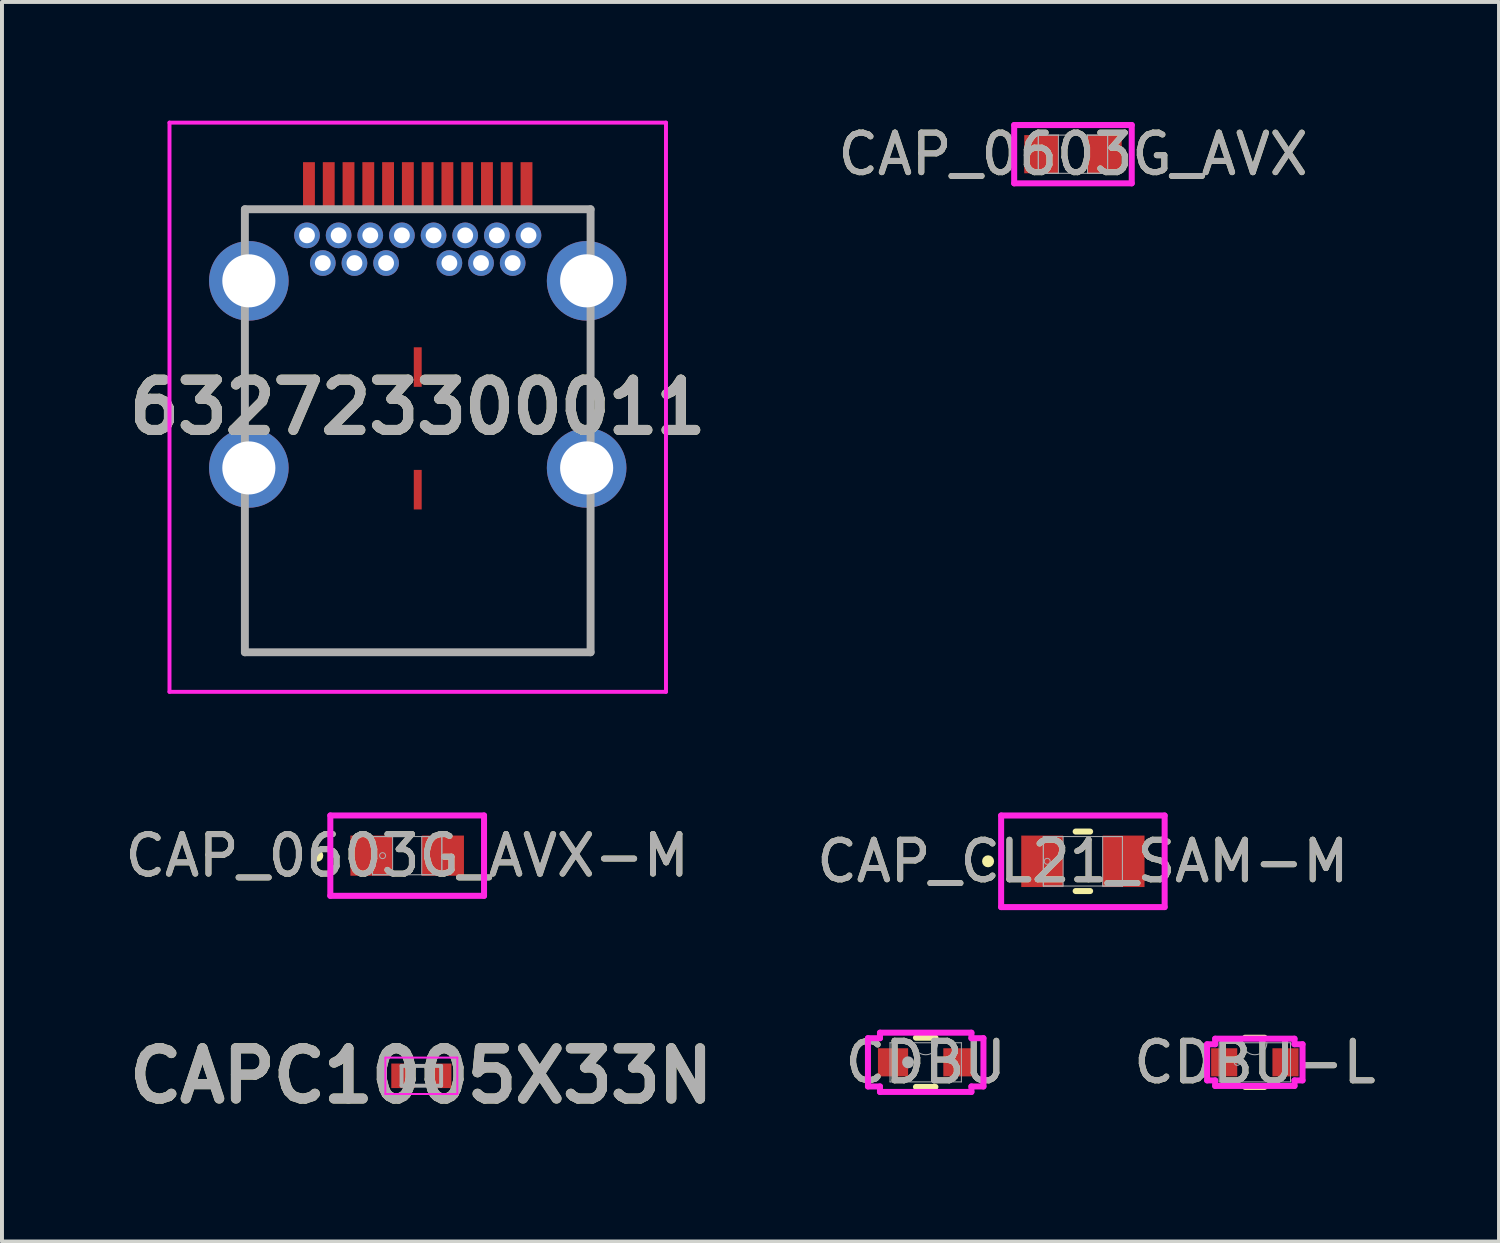
<source format=kicad_pcb>
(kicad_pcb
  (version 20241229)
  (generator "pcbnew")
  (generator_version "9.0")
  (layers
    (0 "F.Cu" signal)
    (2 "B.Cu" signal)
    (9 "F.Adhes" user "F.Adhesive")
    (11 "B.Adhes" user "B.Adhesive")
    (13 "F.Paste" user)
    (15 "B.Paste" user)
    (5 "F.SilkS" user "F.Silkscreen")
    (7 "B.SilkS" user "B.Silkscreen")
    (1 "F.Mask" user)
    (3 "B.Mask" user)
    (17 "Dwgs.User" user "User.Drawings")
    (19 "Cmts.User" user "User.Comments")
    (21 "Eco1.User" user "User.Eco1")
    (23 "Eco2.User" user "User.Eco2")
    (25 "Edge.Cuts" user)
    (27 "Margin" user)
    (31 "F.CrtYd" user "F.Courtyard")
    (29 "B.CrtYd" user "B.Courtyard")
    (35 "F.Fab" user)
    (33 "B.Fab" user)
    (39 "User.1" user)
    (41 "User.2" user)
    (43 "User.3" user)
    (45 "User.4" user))
  (footprint "632723300011"
    (layer "F.Cu")
    (at 7.511 7.545)
    (property "Reference" "632723300011" (at 0 -0.3 0) (layer "F.SilkS") (effects (font (size 1.27 1.27) (thickness 0.254))))
    (attr through_hole)
    (fp_line (start -4.37 -5.305) (end -3.5 -5.305) (stroke (width 0.1) (type solid)) (layer "F.SilkS"))
    (fp_line (start -4.37 -4.805) (end -4.37 -5.305) (stroke (width 0.1) (type solid)) (layer "F.SilkS"))
    (fp_line (start -4.37 -0.305) (end -4.37 -1.805) (stroke (width 0.1) (type solid)) (layer "F.SilkS"))
    (fp_line (start -4.37 2.695) (end -4.37 5.895) (stroke (width 0.1) (type solid)) (layer "F.SilkS"))
    (fp_line (start -4.37 5.895) (end 4.37 5.895) (stroke (width 0.1) (type solid)) (layer "F.SilkS"))
    (fp_line (start 4.37 -5.305) (end 3.5 -5.305) (stroke (width 0.1) (type solid)) (layer "F.SilkS"))
    (fp_line (start 4.37 -4.805) (end 4.37 -5.305) (stroke (width 0.1) (type solid)) (layer "F.SilkS"))
    (fp_line (start 4.37 -0.305) (end 4.37 -1.805) (stroke (width 0.1) (type solid)) (layer "F.SilkS"))
    (fp_line (start 4.37 5.895) (end 4.37 2.695) (stroke (width 0.1) (type solid)) (layer "F.SilkS"))
    (fp_line (start -6.276 -7.495) (end 6.276 -7.495) (stroke (width 0.1) (type solid)) (layer "F.CrtYd"))
    (fp_line (start -6.276 6.895) (end -6.276 -7.495) (stroke (width 0.1) (type solid)) (layer "F.CrtYd"))
    (fp_line (start 6.276 -7.495) (end 6.276 6.895) (stroke (width 0.1) (type solid)) (layer "F.CrtYd"))
    (fp_line (start 6.276 6.895) (end -6.276 6.895) (stroke (width 0.1) (type solid)) (layer "F.CrtYd"))
    (fp_line (start -4.37 -5.305) (end 4.37 -5.305) (stroke (width 0.2) (type solid)) (layer "F.Fab"))
    (fp_line (start -4.37 5.895) (end -4.37 -5.305) (stroke (width 0.2) (type solid)) (layer "F.Fab"))
    (fp_line (start 4.37 -5.305) (end 4.37 5.895) (stroke (width 0.2) (type solid)) (layer "F.Fab"))
    (fp_line (start 4.37 5.895) (end -4.37 5.895) (stroke (width 0.2) (type solid)) (layer "F.Fab"))
    (fp_text user "${REFERENCE}" (at 0 -0.3 0) (layer "F.Fab") (effects (font (size 1.27 1.27) (thickness 0.254))))
    (pad "1" thru_hole circle (at 2 -4.645) (size 0.65 0.65) (drill 0.4) (layers "*.Cu" "*.Mask"))
    (pad "2" thru_hole circle (at -2 -4.645) (size 0.65 0.65) (drill 0.4) (layers "*.Cu" "*.Mask"))
    (pad "3" thru_hole circle (at 4.27 -3.495) (size 2.012 2.012) (drill 1.342) (layers "*.Cu" "*.Mask"))
    (pad "4" thru_hole circle (at -4.27 -3.495) (size 2.012 2.012) (drill 1.342) (layers "*.Cu" "*.Mask"))
    (pad "5" thru_hole circle (at 4.27 1.235) (size 2.012 2.012) (drill 1.342) (layers "*.Cu" "*.Mask"))
    (pad "6" thru_hole circle (at -4.27 1.235) (size 2.012 2.012) (drill 1.342) (layers "*.Cu" "*.Mask"))
    (pad "7" smd rect (at 0 -1.315) (size 0.2 1) (layers "F.Cu" "F.Mask" "F.Paste"))
    (pad "8" smd rect (at 0 1.785) (size 0.2 1) (layers "F.Cu" "F.Mask" "F.Paste"))
    (pad "A1" smd rect (at -2.75 -5.895) (size 0.3 1.2) (layers "F.Cu" "F.Mask" "F.Paste"))
    (pad "A2" smd rect (at -2.25 -5.895) (size 0.3 1.2) (layers "F.Cu" "F.Mask" "F.Paste"))
    (pad "A3" smd rect (at -1.75 -5.895) (size 0.3 1.2) (layers "F.Cu" "F.Mask" "F.Paste"))
    (pad "A4" smd rect (at -1.25 -5.895) (size 0.3 1.2) (layers "F.Cu" "F.Mask" "F.Paste"))
    (pad "A5" smd rect (at -0.75 -5.895) (size 0.3 1.2) (layers "F.Cu" "F.Mask" "F.Paste"))
    (pad "A6" smd rect (at -0.25 -5.895) (size 0.3 1.2) (layers "F.Cu" "F.Mask" "F.Paste"))
    (pad "A7" smd rect (at 0.25 -5.895) (size 0.3 1.2) (layers "F.Cu" "F.Mask" "F.Paste"))
    (pad "A8" smd rect (at 0.75 -5.895) (size 0.3 1.2) (layers "F.Cu" "F.Mask" "F.Paste"))
    (pad "A9" smd rect (at 1.25 -5.895) (size 0.3 1.2) (layers "F.Cu" "F.Mask" "F.Paste"))
    (pad "A10" smd rect (at 1.75 -5.895) (size 0.3 1.2) (layers "F.Cu" "F.Mask" "F.Paste"))
    (pad "A11" smd rect (at 2.25 -5.895) (size 0.3 1.2) (layers "F.Cu" "F.Mask" "F.Paste"))
    (pad "A12" smd rect (at 2.75 -5.895) (size 0.3 1.2) (layers "F.Cu" "F.Mask" "F.Paste"))
    (pad "B1" thru_hole circle (at 2.8 -4.645) (size 0.65 0.65) (drill 0.4) (layers "*.Cu" "*.Mask"))
    (pad "B2" thru_hole circle (at 2.4 -3.945) (size 0.65 0.65) (drill 0.4) (layers "*.Cu" "*.Mask"))
    (pad "B3" thru_hole circle (at 1.6 -3.945) (size 0.65 0.65) (drill 0.4) (layers "*.Cu" "*.Mask"))
    (pad "B4" thru_hole circle (at 1.2 -4.645) (size 0.65 0.65) (drill 0.4) (layers "*.Cu" "*.Mask"))
    (pad "B5" thru_hole circle (at 0.8 -3.945) (size 0.65 0.65) (drill 0.4) (layers "*.Cu" "*.Mask"))
    (pad "B6" thru_hole circle (at 0.4 -4.645) (size 0.65 0.65) (drill 0.4) (layers "*.Cu" "*.Mask"))
    (pad "B7" thru_hole circle (at -0.4 -4.645) (size 0.65 0.65) (drill 0.4) (layers "*.Cu" "*.Mask"))
    (pad "B8" thru_hole circle (at -0.8 -3.945) (size 0.65 0.65) (drill 0.4) (layers "*.Cu" "*.Mask"))
    (pad "B9" thru_hole circle (at -1.2 -4.645) (size 0.65 0.65) (drill 0.4) (layers "*.Cu" "*.Mask"))
    (pad "B10" thru_hole circle (at -1.6 -3.945) (size 0.65 0.65) (drill 0.4) (layers "*.Cu" "*.Mask"))
    (pad "B11" thru_hole circle (at -2.4 -3.945) (size 0.65 0.65) (drill 0.4) (layers "*.Cu" "*.Mask"))
    (pad "B12" thru_hole circle (at -2.8 -4.645) (size 0.65 0.65) (drill 0.4) (layers "*.Cu" "*.Mask")))
  (footprint "CAP_0603G_AVX"
    (layer "F.Cu")
    (at 24.076 0.848)
    (property "Reference" "CAP_0603G_AVX" (at 0 0 0) (unlocked yes) (layer "F.SilkS") (effects (font (size 1 1) (thickness 0.15))))
    (attr smd)
    (fp_line (start -1.486 -0.737) (end 1.486 -0.737) (stroke (width 0.152) (type solid)) (layer "F.CrtYd"))
    (fp_line (start -1.486 0.737) (end -1.486 -0.737) (stroke (width 0.152) (type solid)) (layer "F.CrtYd"))
    (fp_line (start 1.486 -0.737) (end 1.486 0.737) (stroke (width 0.152) (type solid)) (layer "F.CrtYd"))
    (fp_line (start 1.486 0.737) (end -1.486 0.737) (stroke (width 0.152) (type solid)) (layer "F.CrtYd"))
    (fp_line (start -0.876 -0.483) (end -0.876 0.483) (stroke (width 0.025) (type solid)) (layer "F.Fab"))
    (fp_line (start -0.876 -0.483) (end -0.876 0.483) (stroke (width 0.025) (type solid)) (layer "F.Fab"))
    (fp_line (start -0.876 0.483) (end -0.368 0.483) (stroke (width 0.025) (type solid)) (layer "F.Fab"))
    (fp_line (start -0.876 0.483) (end 0.876 0.483) (stroke (width 0.025) (type solid)) (layer "F.Fab"))
    (fp_line (start -0.368 -0.483) (end -0.876 -0.483) (stroke (width 0.025) (type solid)) (layer "F.Fab"))
    (fp_line (start -0.368 0.483) (end -0.368 -0.483) (stroke (width 0.025) (type solid)) (layer "F.Fab"))
    (fp_line (start 0.368 -0.483) (end 0.368 0.483) (stroke (width 0.025) (type solid)) (layer "F.Fab"))
    (fp_line (start 0.368 0.483) (end 0.876 0.483) (stroke (width 0.025) (type solid)) (layer "F.Fab"))
    (fp_line (start 0.876 -0.483) (end -0.876 -0.483) (stroke (width 0.025) (type solid)) (layer "F.Fab"))
    (fp_line (start 0.876 -0.483) (end 0.368 -0.483) (stroke (width 0.025) (type solid)) (layer "F.Fab"))
    (fp_line (start 0.876 0.483) (end 0.876 -0.483) (stroke (width 0.025) (type solid)) (layer "F.Fab"))
    (fp_line (start 0.876 0.483) (end 0.876 -0.483) (stroke (width 0.025) (type solid)) (layer "F.Fab"))
    (fp_circle (center -0.622 0) (end -0.622 0) (stroke (width 0.025) (type solid)) (fill no) (layer "F.Fab"))
    (fp_text user "${REFERENCE}" (at 0 0 0) (unlocked yes) (layer "F.Fab") (effects (font (size 1 1) (thickness 0.15))))
    (pad "1" smd rect (at -0.8 0) (size 0.864 0.965) (layers "F.Cu" "F.Mask" "F.Paste"))
    (pad "2" smd rect (at 0.8 0) (size 0.864 0.965) (layers "F.Cu" "F.Mask" "F.Paste"))
    (zone (net_name "") (layer "F.Cu") (hatch full 0.508) (connect_pads) (min_thickness 0.254) (filled_areas_thickness no) (keepout (tracks not_allowed) (vias not_allowed) (pads allowed) (copperpour not_allowed) (footprints allowed)) (placement (enabled no)) (fill) (polygon (pts (xy 23.758 0.416) (xy 24.393 0.416) (xy 24.393 1.28) (xy 23.758 1.28)))))
  (footprint "CDBU"
    (layer "F.Cu")
    (at 20.353 23.807)
    (property "Reference" "CDBU" (at 0 0 0) (unlocked yes) (layer "F.SilkS") (effects (font (size 1 1) (thickness 0.15))))
    (attr smd)
    (fp_line (start -0.246 0.622) (end 0.246 0.622) (stroke (width 0.152) (type solid)) (layer "F.SilkS"))
    (fp_line (start 0.246 -0.622) (end -0.246 -0.622) (stroke (width 0.152) (type solid)) (layer "F.SilkS"))
    (fp_line (start -1.46 -0.61) (end -1.156 -0.61) (stroke (width 0.152) (type solid)) (layer "F.CrtYd"))
    (fp_line (start -1.46 0.61) (end -1.46 -0.61) (stroke (width 0.152) (type solid)) (layer "F.CrtYd"))
    (fp_line (start -1.46 0.61) (end -1.156 0.61) (stroke (width 0.152) (type solid)) (layer "F.CrtYd"))
    (fp_line (start -1.156 -0.749) (end 1.156 -0.749) (stroke (width 0.152) (type solid)) (layer "F.CrtYd"))
    (fp_line (start -1.156 -0.61) (end -1.156 -0.749) (stroke (width 0.152) (type solid)) (layer "F.CrtYd"))
    (fp_line (start -1.156 0.749) (end -1.156 0.61) (stroke (width 0.152) (type solid)) (layer "F.CrtYd"))
    (fp_line (start 1.156 -0.749) (end 1.156 -0.61) (stroke (width 0.152) (type solid)) (layer "F.CrtYd"))
    (fp_line (start 1.156 0.61) (end 1.156 0.749) (stroke (width 0.152) (type solid)) (layer "F.CrtYd"))
    (fp_line (start 1.156 0.749) (end -1.156 0.749) (stroke (width 0.152) (type solid)) (layer "F.CrtYd"))
    (fp_line (start 1.46 -0.61) (end 1.156 -0.61) (stroke (width 0.152) (type solid)) (layer "F.CrtYd"))
    (fp_line (start 1.46 -0.61) (end 1.46 0.61) (stroke (width 0.152) (type solid)) (layer "F.CrtYd"))
    (fp_line (start 1.46 0.61) (end 1.156 0.61) (stroke (width 0.152) (type solid)) (layer "F.CrtYd"))
    (fp_line (start -0.902 -0.495) (end -0.902 0.495) (stroke (width 0.025) (type solid)) (layer "F.Fab"))
    (fp_line (start -0.902 0.495) (end 0.902 0.495) (stroke (width 0.025) (type solid)) (layer "F.Fab"))
    (fp_line (start 0.902 -0.495) (end -0.902 -0.495) (stroke (width 0.025) (type solid)) (layer "F.Fab"))
    (fp_line (start 0.902 0.495) (end 0.902 -0.495) (stroke (width 0.025) (type solid)) (layer "F.Fab"))
    (fp_arc (start 0.3048 -0.4953) (mid 0 -0.1905) (end -0.3048 -0.4953) (stroke (width 0.0254) (type solid)) (layer "F.Fab"))
    (fp_circle (center -0.445 0) (end -0.445 0) (stroke (width 0.152) (type solid)) (fill no) (layer "F.Fab"))
    (fp_text user "${REFERENCE}" (at 0 0 0) (unlocked yes) (layer "F.Fab") (effects (font (size 1 1) (thickness 0.15))))
    (pad "1" smd rect (at -0.826 0) (size 0.762 0.711) (layers "F.Cu" "F.Mask" "F.Paste"))
    (pad "2" smd rect (at 0.826 0) (size 0.762 0.711) (layers "F.Cu" "F.Mask" "F.Paste")))
  (footprint "CAPC1005X33N"
    (layer "F.Cu")
    (at 7.602 24.148)
    (property "Reference" "CAPC1005X33N" (at 0 0 0) (layer "F.SilkS") (effects (font (size 1.27 1.27) (thickness 0.254))))
    (attr smd)
    (fp_line (start -0.91 -0.46) (end 0.91 -0.46) (stroke (width 0.05) (type solid)) (layer "F.CrtYd"))
    (fp_line (start -0.91 0.46) (end -0.91 -0.46) (stroke (width 0.05) (type solid)) (layer "F.CrtYd"))
    (fp_line (start 0.91 -0.46) (end 0.91 0.46) (stroke (width 0.05) (type solid)) (layer "F.CrtYd"))
    (fp_line (start 0.91 0.46) (end -0.91 0.46) (stroke (width 0.05) (type solid)) (layer "F.CrtYd"))
    (fp_line (start -0.5 -0.25) (end 0.5 -0.25) (stroke (width 0.1) (type solid)) (layer "F.Fab"))
    (fp_line (start -0.5 0.25) (end -0.5 -0.25) (stroke (width 0.1) (type solid)) (layer "F.Fab"))
    (fp_line (start 0.5 -0.25) (end 0.5 0.25) (stroke (width 0.1) (type solid)) (layer "F.Fab"))
    (fp_line (start 0.5 0.25) (end -0.5 0.25) (stroke (width 0.1) (type solid)) (layer "F.Fab"))
    (fp_text user "${REFERENCE}" (at 0 0 0) (layer "F.Fab") (effects (font (size 1.27 1.27) (thickness 0.254))))
    (pad "1" smd rect (at -0.46 0) (size 0.6 0.62) (layers "F.Cu" "F.Mask" "F.Paste"))
    (pad "2" smd rect (at 0.46 0) (size 0.6 0.62) (layers "F.Cu" "F.Mask" "F.Paste")))
  (footprint "CAP_0603G_AVX-M"
    (layer "F.Cu")
    (at 7.244 18.582)
    (property "Reference" "CAP_0603G_AVX-M" (at 0 0 0) (unlocked yes) (layer "F.SilkS") (effects (font (size 1 1) (thickness 0.15))))
    (attr smd)
    (fp_circle (center -2.273 0) (end -2.197 0) (stroke (width 0.152) (type solid)) (fill no) (layer "F.SilkS"))
    (fp_line (start -1.943 -1.016) (end 1.943 -1.016) (stroke (width 0.152) (type solid)) (layer "F.CrtYd"))
    (fp_line (start -1.943 1.016) (end -1.943 -1.016) (stroke (width 0.152) (type solid)) (layer "F.CrtYd"))
    (fp_line (start 1.943 -1.016) (end 1.943 1.016) (stroke (width 0.152) (type solid)) (layer "F.CrtYd"))
    (fp_line (start 1.943 1.016) (end -1.943 1.016) (stroke (width 0.152) (type solid)) (layer "F.CrtYd"))
    (fp_line (start -0.876 -0.483) (end -0.876 0.483) (stroke (width 0.025) (type solid)) (layer "F.Fab"))
    (fp_line (start -0.876 -0.483) (end -0.876 0.483) (stroke (width 0.025) (type solid)) (layer "F.Fab"))
    (fp_line (start -0.876 0.483) (end -0.368 0.483) (stroke (width 0.025) (type solid)) (layer "F.Fab"))
    (fp_line (start -0.876 0.483) (end 0.876 0.483) (stroke (width 0.025) (type solid)) (layer "F.Fab"))
    (fp_line (start -0.368 -0.483) (end -0.876 -0.483) (stroke (width 0.025) (type solid)) (layer "F.Fab"))
    (fp_line (start -0.368 0.483) (end -0.368 -0.483) (stroke (width 0.025) (type solid)) (layer "F.Fab"))
    (fp_line (start 0.368 -0.483) (end 0.368 0.483) (stroke (width 0.025) (type solid)) (layer "F.Fab"))
    (fp_line (start 0.368 0.483) (end 0.876 0.483) (stroke (width 0.025) (type solid)) (layer "F.Fab"))
    (fp_line (start 0.876 -0.483) (end -0.876 -0.483) (stroke (width 0.025) (type solid)) (layer "F.Fab"))
    (fp_line (start 0.876 -0.483) (end 0.368 -0.483) (stroke (width 0.025) (type solid)) (layer "F.Fab"))
    (fp_line (start 0.876 0.483) (end 0.876 -0.483) (stroke (width 0.025) (type solid)) (layer "F.Fab"))
    (fp_line (start 0.876 0.483) (end 0.876 -0.483) (stroke (width 0.025) (type solid)) (layer "F.Fab"))
    (fp_circle (center -0.622 0) (end -0.546 0) (stroke (width 0.025) (type solid)) (fill no) (layer "F.Fab"))
    (fp_text user "${REFERENCE}" (at 0 0 0) (unlocked yes) (layer "F.Fab") (effects (font (size 1 1) (thickness 0.15))))
    (pad "1" smd rect (at -0.902 0) (size 1.067 1.016) (layers "F.Cu" "F.Mask" "F.Paste"))
    (pad "2" smd rect (at 0.902 0) (size 1.067 1.016) (layers "F.Cu" "F.Mask" "F.Paste"))
    (zone (net_name "") (layer "F.Cu") (hatch full 0.508) (connect_pads) (min_thickness 0.254) (filled_areas_thickness no) (keepout (tracks not_allowed) (vias not_allowed) (pads allowed) (copperpour not_allowed) (footprints allowed)) (placement (enabled no)) (fill) (polygon (pts (xy 6.927 18.15) (xy 7.562 18.15) (xy 7.562 19.014) (xy 6.927 19.014)))))
  (footprint "CDBU-L"
    (layer "F.Cu")
    (at 28.674 23.807)
    (property "Reference" "CDBU-L" (at 0 0 0) (unlocked yes) (layer "F.SilkS") (effects (font (size 1 1) (thickness 0.15))))
    (attr smd)
    (fp_line (start -0.246 0.622) (end 0.246 0.622) (stroke (width 0.152) (type solid)) (layer "F.SilkS"))
    (fp_line (start 0.246 -0.622) (end -0.246 -0.622) (stroke (width 0.152) (type solid)) (layer "F.SilkS"))
    (fp_line (start -1.206 -0.457) (end -1.003 -0.457) (stroke (width 0.152) (type solid)) (layer "F.CrtYd"))
    (fp_line (start -1.206 0.457) (end -1.206 -0.457) (stroke (width 0.152) (type solid)) (layer "F.CrtYd"))
    (fp_line (start -1.206 0.457) (end -1.003 0.457) (stroke (width 0.152) (type solid)) (layer "F.CrtYd"))
    (fp_line (start -1.003 -0.597) (end 1.003 -0.597) (stroke (width 0.152) (type solid)) (layer "F.CrtYd"))
    (fp_line (start -1.003 -0.457) (end -1.003 -0.597) (stroke (width 0.152) (type solid)) (layer "F.CrtYd"))
    (fp_line (start -1.003 0.597) (end -1.003 0.457) (stroke (width 0.152) (type solid)) (layer "F.CrtYd"))
    (fp_line (start 1.003 -0.597) (end 1.003 -0.457) (stroke (width 0.152) (type solid)) (layer "F.CrtYd"))
    (fp_line (start 1.003 0.457) (end 1.003 0.597) (stroke (width 0.152) (type solid)) (layer "F.CrtYd"))
    (fp_line (start 1.003 0.597) (end -1.003 0.597) (stroke (width 0.152) (type solid)) (layer "F.CrtYd"))
    (fp_line (start 1.206 -0.457) (end 1.003 -0.457) (stroke (width 0.152) (type solid)) (layer "F.CrtYd"))
    (fp_line (start 1.206 -0.457) (end 1.206 0.457) (stroke (width 0.152) (type solid)) (layer "F.CrtYd"))
    (fp_line (start 1.206 0.457) (end 1.003 0.457) (stroke (width 0.152) (type solid)) (layer "F.CrtYd"))
    (fp_line (start -0.902 -0.495) (end -0.902 0.495) (stroke (width 0.025) (type solid)) (layer "F.Fab"))
    (fp_line (start -0.902 0.495) (end 0.902 0.495) (stroke (width 0.025) (type solid)) (layer "F.Fab"))
    (fp_line (start 0.902 -0.495) (end -0.902 -0.495) (stroke (width 0.025) (type solid)) (layer "F.Fab"))
    (fp_line (start 0.902 0.495) (end 0.902 -0.495) (stroke (width 0.025) (type solid)) (layer "F.Fab"))
    (fp_arc (start 0.3048 -0.4953) (mid 0 -0.1905) (end -0.3048 -0.4953) (stroke (width 0.0254) (type solid)) (layer "F.Fab"))
    (fp_circle (center -0.445 0) (end -0.368 0) (stroke (width 0.025) (type solid)) (fill no) (layer "F.Fab"))
    (fp_text user "${REFERENCE}" (at 0 0 0) (unlocked yes) (layer "F.Fab") (effects (font (size 1 1) (thickness 0.15))))
    (pad "1" smd rect (at -0.775 0) (size 0.66 0.711) (layers "F.Cu" "F.Mask" "F.Paste"))
    (pad "2" smd rect (at 0.775 0) (size 0.66 0.711) (layers "F.Cu" "F.Mask" "F.Paste")))
  (footprint "CAP_CL21_SAM-M"
    (layer "F.Cu")
    (at 24.327 18.725)
    (property "Reference" "CAP_CL21_SAM-M" (at 0 0 0) (unlocked yes) (layer "F.SilkS") (effects (font (size 1 1) (thickness 0.15))))
    (attr smd)
    (fp_line (start -0.183 0.752) (end 0.183 0.752) (stroke (width 0.152) (type solid)) (layer "F.SilkS"))
    (fp_line (start 0.183 -0.752) (end -0.183 -0.752) (stroke (width 0.152) (type solid)) (layer "F.SilkS"))
    (fp_circle (center -2.397 0) (end -2.321 0) (stroke (width 0.152) (type solid)) (fill no) (layer "F.SilkS"))
    (fp_line (start -2.067 -1.158) (end 2.067 -1.158) (stroke (width 0.152) (type solid)) (layer "F.CrtYd"))
    (fp_line (start -2.067 1.158) (end -2.067 -1.158) (stroke (width 0.152) (type solid)) (layer "F.CrtYd"))
    (fp_line (start 2.067 -1.158) (end 2.067 1.158) (stroke (width 0.152) (type solid)) (layer "F.CrtYd"))
    (fp_line (start 2.067 1.158) (end -2.067 1.158) (stroke (width 0.152) (type solid)) (layer "F.CrtYd"))
    (fp_line (start -1 -0.625) (end -1 0.625) (stroke (width 0.025) (type solid)) (layer "F.Fab"))
    (fp_line (start -1 -0.625) (end -1 0.625) (stroke (width 0.025) (type solid)) (layer "F.Fab"))
    (fp_line (start -1 0.625) (end -0.5 0.625) (stroke (width 0.025) (type solid)) (layer "F.Fab"))
    (fp_line (start -1 0.625) (end 1 0.625) (stroke (width 0.025) (type solid)) (layer "F.Fab"))
    (fp_line (start -0.5 -0.625) (end -1 -0.625) (stroke (width 0.025) (type solid)) (layer "F.Fab"))
    (fp_line (start -0.5 0.625) (end -0.5 -0.625) (stroke (width 0.025) (type solid)) (layer "F.Fab"))
    (fp_line (start 0.5 -0.625) (end 0.5 0.625) (stroke (width 0.025) (type solid)) (layer "F.Fab"))
    (fp_line (start 0.5 0.625) (end 1 0.625) (stroke (width 0.025) (type solid)) (layer "F.Fab"))
    (fp_line (start 1 -0.625) (end -1 -0.625) (stroke (width 0.025) (type solid)) (layer "F.Fab"))
    (fp_line (start 1 -0.625) (end 0.5 -0.625) (stroke (width 0.025) (type solid)) (layer "F.Fab"))
    (fp_line (start 1 0.625) (end 1 -0.625) (stroke (width 0.025) (type solid)) (layer "F.Fab"))
    (fp_line (start 1 0.625) (end 1 -0.625) (stroke (width 0.025) (type solid)) (layer "F.Fab"))
    (fp_circle (center -0.902 0) (end -0.826 0) (stroke (width 0.025) (type solid)) (fill no) (layer "F.Fab"))
    (fp_text user "${REFERENCE}" (at 0 0 0) (unlocked yes) (layer "F.Fab") (effects (font (size 1 1) (thickness 0.15))))
    (pad "1" smd rect (at -1.029 0) (size 1.059 1.301) (layers "F.Cu" "F.Mask" "F.Paste"))
    (pad "2" smd rect (at 1.029 0) (size 1.059 1.301) (layers "F.Cu" "F.Mask" "F.Paste"))
    (zone (net_name "") (layer "F.Cu") (hatch full 0.508) (connect_pads) (min_thickness 0.254) (filled_areas_thickness no) (keepout (tracks not_allowed) (vias not_allowed) (pads allowed) (copperpour not_allowed) (footprints allowed)) (placement (enabled no)) (fill) (polygon (pts (xy 23.878 18.15) (xy 24.777 18.15) (xy 24.777 19.299) (xy 23.878 19.299)))))
  (gr_rect
    (start -3 -3)
    (end 34.847 28.337)
    (stroke (width 0.1) (type default))
    (fill no)
    (layer "Edge.Cuts")))
</source>
